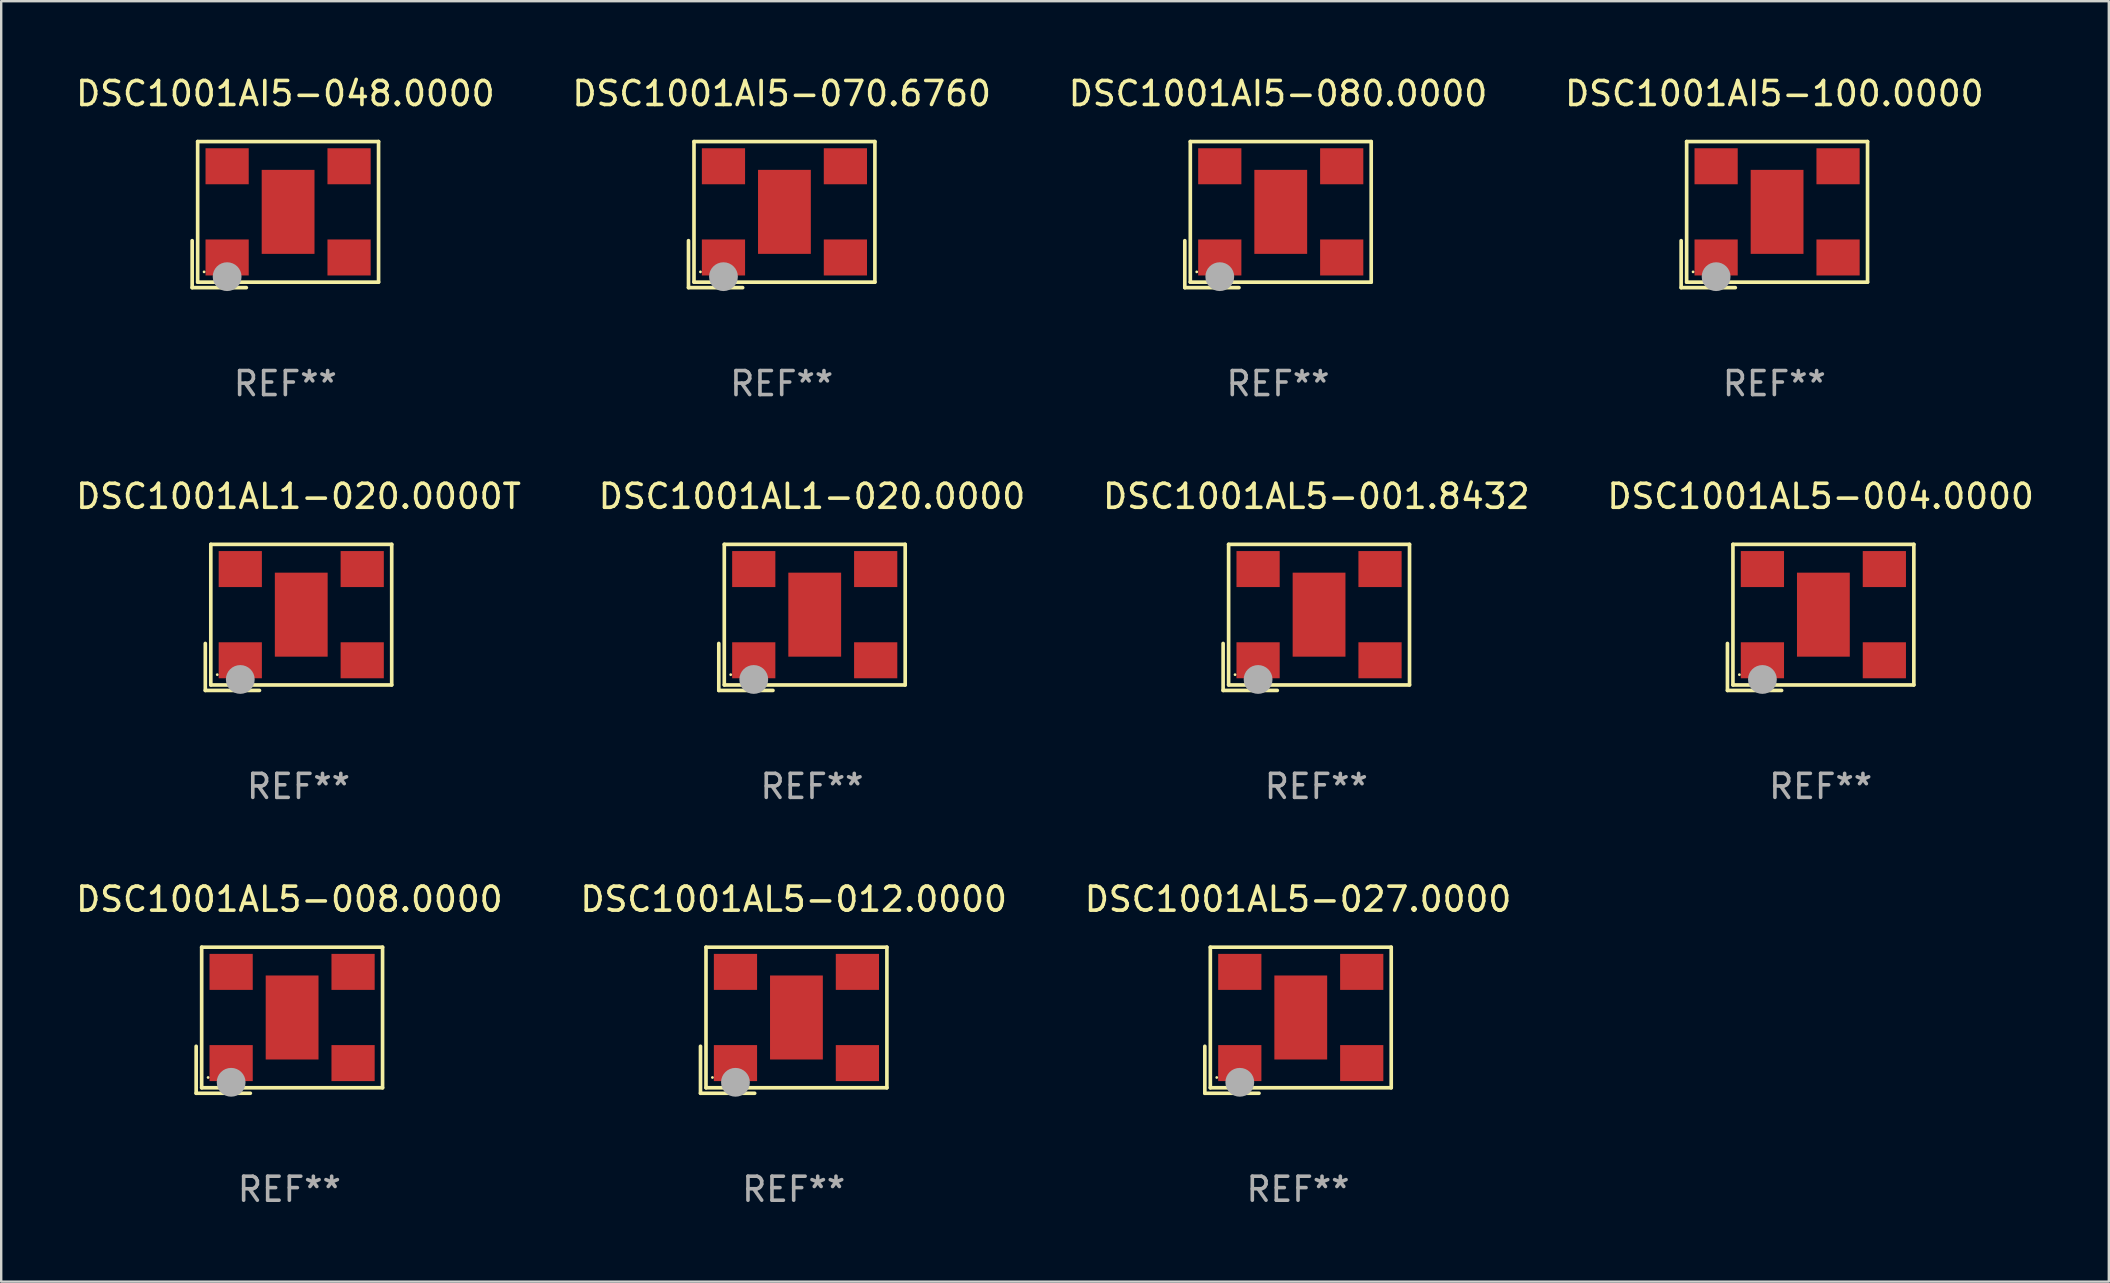
<source format=kicad_pcb>
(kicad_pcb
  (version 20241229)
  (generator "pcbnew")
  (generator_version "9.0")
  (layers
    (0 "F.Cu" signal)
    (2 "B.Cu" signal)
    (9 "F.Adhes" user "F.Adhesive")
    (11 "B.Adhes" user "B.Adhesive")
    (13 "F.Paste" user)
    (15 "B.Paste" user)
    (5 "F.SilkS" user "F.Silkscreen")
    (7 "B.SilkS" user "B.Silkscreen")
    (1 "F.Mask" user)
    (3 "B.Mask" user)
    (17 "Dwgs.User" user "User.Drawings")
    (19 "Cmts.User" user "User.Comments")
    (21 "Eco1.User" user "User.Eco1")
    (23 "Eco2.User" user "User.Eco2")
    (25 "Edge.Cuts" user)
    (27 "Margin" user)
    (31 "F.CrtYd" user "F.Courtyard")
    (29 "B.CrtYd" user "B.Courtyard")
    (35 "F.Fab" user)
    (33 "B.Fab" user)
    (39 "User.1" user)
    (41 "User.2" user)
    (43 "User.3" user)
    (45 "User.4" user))
  (footprint "DSC1001AI5-080.0000"
    (layer "F.Cu")
    (at 50.196 5.891)
    (property "Reference" "DSC1001AI5-080.0000" (at 0 -5.043 0) (layer "F.SilkS") (effects (font (size 1 1) (thickness 0.15))))
    (attr through_hole)
    (fp_line (start -3.883 1.086) (end -3.883 3.043) (stroke (width 0.152) (type solid)) (layer "F.SilkS"))
    (fp_line (start -3.883 3.043) (end -1.626 3.043) (stroke (width 0.152) (type solid)) (layer "F.SilkS"))
    (fp_line (start -3.654 -3.043) (end 3.883 -3.043) (stroke (width 0.152) (type solid)) (layer "F.SilkS"))
    (fp_line (start -3.654 2.814) (end -3.654 -3.043) (stroke (width 0.152) (type solid)) (layer "F.SilkS"))
    (fp_line (start 3.883 -3.043) (end 3.883 2.814) (stroke (width 0.152) (type solid)) (layer "F.SilkS"))
    (fp_line (start 3.883 2.814) (end -3.654 2.814) (stroke (width 0.152) (type solid)) (layer "F.SilkS"))
    (fp_circle (center -3.386 2.386) (end -3.356 2.386) (stroke (width 0.06) (type solid)) (fill no) (layer "F.SilkS"))
    (fp_circle (center -2.426 2.586) (end -2.126 2.586) (stroke (width 0.6) (type solid)) (fill no) (layer "F.Fab"))
    (fp_text user "REF**" (at 0 7.043 0) (layer "F.Fab") (effects (font (size 1 1) (thickness 0.15))))
    (pad "1" smd rect (at -2.426 1.786) (size 1.8 1.5) (layers "F.Cu" "F.Mask" "F.Paste"))
    (pad "2" smd rect (at 2.654 1.786) (size 1.8 1.5) (layers "F.Cu" "F.Mask" "F.Paste"))
    (pad "3" smd rect (at 2.654 -2.014) (size 1.8 1.5) (layers "F.Cu" "F.Mask" "F.Paste"))
    (pad "4" smd rect (at -2.426 -2.014) (size 1.8 1.5) (layers "F.Cu" "F.Mask" "F.Paste"))
    (pad "5" smd rect (at 0.114 -0.114) (size 2.2 3.5) (layers "F.Cu" "F.Mask" "F.Paste")))
  (footprint "DSC1001AL1-020.0000T"
    (layer "F.Cu")
    (at 9.387 22.673)
    (property "Reference" "DSC1001AL1-020.0000T" (at 0 -5.043 0) (layer "F.SilkS") (effects (font (size 1 1) (thickness 0.15))))
    (attr through_hole)
    (fp_line (start -3.883 1.086) (end -3.883 3.043) (stroke (width 0.152) (type solid)) (layer "F.SilkS"))
    (fp_line (start -3.883 3.043) (end -1.626 3.043) (stroke (width 0.152) (type solid)) (layer "F.SilkS"))
    (fp_line (start -3.654 -3.043) (end 3.883 -3.043) (stroke (width 0.152) (type solid)) (layer "F.SilkS"))
    (fp_line (start -3.654 2.814) (end -3.654 -3.043) (stroke (width 0.152) (type solid)) (layer "F.SilkS"))
    (fp_line (start 3.883 -3.043) (end 3.883 2.814) (stroke (width 0.152) (type solid)) (layer "F.SilkS"))
    (fp_line (start 3.883 2.814) (end -3.654 2.814) (stroke (width 0.152) (type solid)) (layer "F.SilkS"))
    (fp_circle (center -3.386 2.386) (end -3.356 2.386) (stroke (width 0.06) (type solid)) (fill no) (layer "F.SilkS"))
    (fp_circle (center -2.426 2.586) (end -2.126 2.586) (stroke (width 0.6) (type solid)) (fill no) (layer "F.Fab"))
    (fp_text user "REF**" (at 0 7.043 0) (layer "F.Fab") (effects (font (size 1 1) (thickness 0.15))))
    (pad "1" smd rect (at -2.426 1.786) (size 1.8 1.5) (layers "F.Cu" "F.Mask" "F.Paste"))
    (pad "2" smd rect (at 2.654 1.786) (size 1.8 1.5) (layers "F.Cu" "F.Mask" "F.Paste"))
    (pad "3" smd rect (at 2.654 -2.014) (size 1.8 1.5) (layers "F.Cu" "F.Mask" "F.Paste"))
    (pad "4" smd rect (at -2.426 -2.014) (size 1.8 1.5) (layers "F.Cu" "F.Mask" "F.Paste"))
    (pad "5" smd rect (at 0.114 -0.114) (size 2.2 3.5) (layers "F.Cu" "F.Mask" "F.Paste")))
  (footprint "DSC1001AL5-027.0000"
    (layer "F.Cu")
    (at 51.03 39.456)
    (property "Reference" "DSC1001AL5-027.0000" (at 0 -5.043 0) (layer "F.SilkS") (effects (font (size 1 1) (thickness 0.15))))
    (attr through_hole)
    (fp_line (start -3.883 1.086) (end -3.883 3.043) (stroke (width 0.152) (type solid)) (layer "F.SilkS"))
    (fp_line (start -3.883 3.043) (end -1.626 3.043) (stroke (width 0.152) (type solid)) (layer "F.SilkS"))
    (fp_line (start -3.654 -3.043) (end 3.883 -3.043) (stroke (width 0.152) (type solid)) (layer "F.SilkS"))
    (fp_line (start -3.654 2.814) (end -3.654 -3.043) (stroke (width 0.152) (type solid)) (layer "F.SilkS"))
    (fp_line (start 3.883 -3.043) (end 3.883 2.814) (stroke (width 0.152) (type solid)) (layer "F.SilkS"))
    (fp_line (start 3.883 2.814) (end -3.654 2.814) (stroke (width 0.152) (type solid)) (layer "F.SilkS"))
    (fp_circle (center -3.386 2.386) (end -3.356 2.386) (stroke (width 0.06) (type solid)) (fill no) (layer "F.SilkS"))
    (fp_circle (center -2.426 2.586) (end -2.126 2.586) (stroke (width 0.6) (type solid)) (fill no) (layer "F.Fab"))
    (fp_text user "REF**" (at 0 7.043 0) (layer "F.Fab") (effects (font (size 1 1) (thickness 0.15))))
    (pad "1" smd rect (at -2.426 1.786) (size 1.8 1.5) (layers "F.Cu" "F.Mask" "F.Paste"))
    (pad "2" smd rect (at 2.654 1.786) (size 1.8 1.5) (layers "F.Cu" "F.Mask" "F.Paste"))
    (pad "3" smd rect (at 2.654 -2.014) (size 1.8 1.5) (layers "F.Cu" "F.Mask" "F.Paste"))
    (pad "4" smd rect (at -2.426 -2.014) (size 1.8 1.5) (layers "F.Cu" "F.Mask" "F.Paste"))
    (pad "5" smd rect (at 0.114 -0.114) (size 2.2 3.5) (layers "F.Cu" "F.Mask" "F.Paste")))
  (footprint "DSC1001AL5-004.0000"
    (layer "F.Cu")
    (at 72.804 22.673)
    (property "Reference" "DSC1001AL5-004.0000" (at 0 -5.043 0) (layer "F.SilkS") (effects (font (size 1 1) (thickness 0.15))))
    (attr through_hole)
    (fp_line (start -3.883 1.086) (end -3.883 3.043) (stroke (width 0.152) (type solid)) (layer "F.SilkS"))
    (fp_line (start -3.883 3.043) (end -1.626 3.043) (stroke (width 0.152) (type solid)) (layer "F.SilkS"))
    (fp_line (start -3.654 -3.043) (end 3.883 -3.043) (stroke (width 0.152) (type solid)) (layer "F.SilkS"))
    (fp_line (start -3.654 2.814) (end -3.654 -3.043) (stroke (width 0.152) (type solid)) (layer "F.SilkS"))
    (fp_line (start 3.883 -3.043) (end 3.883 2.814) (stroke (width 0.152) (type solid)) (layer "F.SilkS"))
    (fp_line (start 3.883 2.814) (end -3.654 2.814) (stroke (width 0.152) (type solid)) (layer "F.SilkS"))
    (fp_circle (center -3.386 2.386) (end -3.356 2.386) (stroke (width 0.06) (type solid)) (fill no) (layer "F.SilkS"))
    (fp_circle (center -2.426 2.586) (end -2.126 2.586) (stroke (width 0.6) (type solid)) (fill no) (layer "F.Fab"))
    (fp_text user "REF**" (at 0 7.043 0) (layer "F.Fab") (effects (font (size 1 1) (thickness 0.15))))
    (pad "1" smd rect (at -2.426 1.786) (size 1.8 1.5) (layers "F.Cu" "F.Mask" "F.Paste"))
    (pad "2" smd rect (at 2.654 1.786) (size 1.8 1.5) (layers "F.Cu" "F.Mask" "F.Paste"))
    (pad "3" smd rect (at 2.654 -2.014) (size 1.8 1.5) (layers "F.Cu" "F.Mask" "F.Paste"))
    (pad "4" smd rect (at -2.426 -2.014) (size 1.8 1.5) (layers "F.Cu" "F.Mask" "F.Paste"))
    (pad "5" smd rect (at 0.114 -0.114) (size 2.2 3.5) (layers "F.Cu" "F.Mask" "F.Paste")))
  (footprint "DSC1001AI5-100.0000"
    (layer "F.Cu")
    (at 70.875 5.891)
    (property "Reference" "DSC1001AI5-100.0000" (at 0 -5.043 0) (layer "F.SilkS") (effects (font (size 1 1) (thickness 0.15))))
    (attr through_hole)
    (fp_line (start -3.883 1.086) (end -3.883 3.043) (stroke (width 0.152) (type solid)) (layer "F.SilkS"))
    (fp_line (start -3.883 3.043) (end -1.626 3.043) (stroke (width 0.152) (type solid)) (layer "F.SilkS"))
    (fp_line (start -3.654 -3.043) (end 3.883 -3.043) (stroke (width 0.152) (type solid)) (layer "F.SilkS"))
    (fp_line (start -3.654 2.814) (end -3.654 -3.043) (stroke (width 0.152) (type solid)) (layer "F.SilkS"))
    (fp_line (start 3.883 -3.043) (end 3.883 2.814) (stroke (width 0.152) (type solid)) (layer "F.SilkS"))
    (fp_line (start 3.883 2.814) (end -3.654 2.814) (stroke (width 0.152) (type solid)) (layer "F.SilkS"))
    (fp_circle (center -3.386 2.386) (end -3.356 2.386) (stroke (width 0.06) (type solid)) (fill no) (layer "F.SilkS"))
    (fp_circle (center -2.426 2.586) (end -2.126 2.586) (stroke (width 0.6) (type solid)) (fill no) (layer "F.Fab"))
    (fp_text user "REF**" (at 0 7.043 0) (layer "F.Fab") (effects (font (size 1 1) (thickness 0.15))))
    (pad "1" smd rect (at -2.426 1.786) (size 1.8 1.5) (layers "F.Cu" "F.Mask" "F.Paste"))
    (pad "2" smd rect (at 2.654 1.786) (size 1.8 1.5) (layers "F.Cu" "F.Mask" "F.Paste"))
    (pad "3" smd rect (at 2.654 -2.014) (size 1.8 1.5) (layers "F.Cu" "F.Mask" "F.Paste"))
    (pad "4" smd rect (at -2.426 -2.014) (size 1.8 1.5) (layers "F.Cu" "F.Mask" "F.Paste"))
    (pad "5" smd rect (at 0.114 -0.114) (size 2.2 3.5) (layers "F.Cu" "F.Mask" "F.Paste")))
  (footprint "DSC1001AL5-001.8432"
    (layer "F.Cu")
    (at 51.792 22.673)
    (property "Reference" "DSC1001AL5-001.8432" (at 0 -5.043 0) (layer "F.SilkS") (effects (font (size 1 1) (thickness 0.15))))
    (attr through_hole)
    (fp_line (start -3.883 1.086) (end -3.883 3.043) (stroke (width 0.152) (type solid)) (layer "F.SilkS"))
    (fp_line (start -3.883 3.043) (end -1.626 3.043) (stroke (width 0.152) (type solid)) (layer "F.SilkS"))
    (fp_line (start -3.654 -3.043) (end 3.883 -3.043) (stroke (width 0.152) (type solid)) (layer "F.SilkS"))
    (fp_line (start -3.654 2.814) (end -3.654 -3.043) (stroke (width 0.152) (type solid)) (layer "F.SilkS"))
    (fp_line (start 3.883 -3.043) (end 3.883 2.814) (stroke (width 0.152) (type solid)) (layer "F.SilkS"))
    (fp_line (start 3.883 2.814) (end -3.654 2.814) (stroke (width 0.152) (type solid)) (layer "F.SilkS"))
    (fp_circle (center -3.386 2.386) (end -3.356 2.386) (stroke (width 0.06) (type solid)) (fill no) (layer "F.SilkS"))
    (fp_circle (center -2.426 2.586) (end -2.126 2.586) (stroke (width 0.6) (type solid)) (fill no) (layer "F.Fab"))
    (fp_text user "REF**" (at 0 7.043 0) (layer "F.Fab") (effects (font (size 1 1) (thickness 0.15))))
    (pad "1" smd rect (at -2.426 1.786) (size 1.8 1.5) (layers "F.Cu" "F.Mask" "F.Paste"))
    (pad "2" smd rect (at 2.654 1.786) (size 1.8 1.5) (layers "F.Cu" "F.Mask" "F.Paste"))
    (pad "3" smd rect (at 2.654 -2.014) (size 1.8 1.5) (layers "F.Cu" "F.Mask" "F.Paste"))
    (pad "4" smd rect (at -2.426 -2.014) (size 1.8 1.5) (layers "F.Cu" "F.Mask" "F.Paste"))
    (pad "5" smd rect (at 0.114 -0.114) (size 2.2 3.5) (layers "F.Cu" "F.Mask" "F.Paste")))
  (footprint "DSC1001AI5-070.6760"
    (layer "F.Cu")
    (at 29.518 5.891)
    (property "Reference" "DSC1001AI5-070.6760" (at 0 -5.043 0) (layer "F.SilkS") (effects (font (size 1 1) (thickness 0.15))))
    (attr through_hole)
    (fp_line (start -3.883 1.086) (end -3.883 3.043) (stroke (width 0.152) (type solid)) (layer "F.SilkS"))
    (fp_line (start -3.883 3.043) (end -1.626 3.043) (stroke (width 0.152) (type solid)) (layer "F.SilkS"))
    (fp_line (start -3.654 -3.043) (end 3.883 -3.043) (stroke (width 0.152) (type solid)) (layer "F.SilkS"))
    (fp_line (start -3.654 2.814) (end -3.654 -3.043) (stroke (width 0.152) (type solid)) (layer "F.SilkS"))
    (fp_line (start 3.883 -3.043) (end 3.883 2.814) (stroke (width 0.152) (type solid)) (layer "F.SilkS"))
    (fp_line (start 3.883 2.814) (end -3.654 2.814) (stroke (width 0.152) (type solid)) (layer "F.SilkS"))
    (fp_circle (center -3.386 2.386) (end -3.356 2.386) (stroke (width 0.06) (type solid)) (fill no) (layer "F.SilkS"))
    (fp_circle (center -2.426 2.586) (end -2.126 2.586) (stroke (width 0.6) (type solid)) (fill no) (layer "F.Fab"))
    (fp_text user "REF**" (at 0 7.043 0) (layer "F.Fab") (effects (font (size 1 1) (thickness 0.15))))
    (pad "1" smd rect (at -2.426 1.786) (size 1.8 1.5) (layers "F.Cu" "F.Mask" "F.Paste"))
    (pad "2" smd rect (at 2.654 1.786) (size 1.8 1.5) (layers "F.Cu" "F.Mask" "F.Paste"))
    (pad "3" smd rect (at 2.654 -2.014) (size 1.8 1.5) (layers "F.Cu" "F.Mask" "F.Paste"))
    (pad "4" smd rect (at -2.426 -2.014) (size 1.8 1.5) (layers "F.Cu" "F.Mask" "F.Paste"))
    (pad "5" smd rect (at 0.114 -0.114) (size 2.2 3.5) (layers "F.Cu" "F.Mask" "F.Paste")))
  (footprint "DSC1001AL1-020.0000"
    (layer "F.Cu")
    (at 30.78 22.673)
    (property "Reference" "DSC1001AL1-020.0000" (at 0 -5.043 0) (layer "F.SilkS") (effects (font (size 1 1) (thickness 0.15))))
    (attr through_hole)
    (fp_line (start -3.883 1.086) (end -3.883 3.043) (stroke (width 0.152) (type solid)) (layer "F.SilkS"))
    (fp_line (start -3.883 3.043) (end -1.626 3.043) (stroke (width 0.152) (type solid)) (layer "F.SilkS"))
    (fp_line (start -3.654 -3.043) (end 3.883 -3.043) (stroke (width 0.152) (type solid)) (layer "F.SilkS"))
    (fp_line (start -3.654 2.814) (end -3.654 -3.043) (stroke (width 0.152) (type solid)) (layer "F.SilkS"))
    (fp_line (start 3.883 -3.043) (end 3.883 2.814) (stroke (width 0.152) (type solid)) (layer "F.SilkS"))
    (fp_line (start 3.883 2.814) (end -3.654 2.814) (stroke (width 0.152) (type solid)) (layer "F.SilkS"))
    (fp_circle (center -3.386 2.386) (end -3.356 2.386) (stroke (width 0.06) (type solid)) (fill no) (layer "F.SilkS"))
    (fp_circle (center -2.426 2.586) (end -2.126 2.586) (stroke (width 0.6) (type solid)) (fill no) (layer "F.Fab"))
    (fp_text user "REF**" (at 0 7.043 0) (layer "F.Fab") (effects (font (size 1 1) (thickness 0.15))))
    (pad "1" smd rect (at -2.426 1.786) (size 1.8 1.5) (layers "F.Cu" "F.Mask" "F.Paste"))
    (pad "2" smd rect (at 2.654 1.786) (size 1.8 1.5) (layers "F.Cu" "F.Mask" "F.Paste"))
    (pad "3" smd rect (at 2.654 -2.014) (size 1.8 1.5) (layers "F.Cu" "F.Mask" "F.Paste"))
    (pad "4" smd rect (at -2.426 -2.014) (size 1.8 1.5) (layers "F.Cu" "F.Mask" "F.Paste"))
    (pad "5" smd rect (at 0.114 -0.114) (size 2.2 3.5) (layers "F.Cu" "F.Mask" "F.Paste")))
  (footprint "DSC1001AL5-012.0000"
    (layer "F.Cu")
    (at 30.018 39.456)
    (property "Reference" "DSC1001AL5-012.0000" (at 0 -5.043 0) (layer "F.SilkS") (effects (font (size 1 1) (thickness 0.15))))
    (attr through_hole)
    (fp_line (start -3.883 1.086) (end -3.883 3.043) (stroke (width 0.152) (type solid)) (layer "F.SilkS"))
    (fp_line (start -3.883 3.043) (end -1.626 3.043) (stroke (width 0.152) (type solid)) (layer "F.SilkS"))
    (fp_line (start -3.654 -3.043) (end 3.883 -3.043) (stroke (width 0.152) (type solid)) (layer "F.SilkS"))
    (fp_line (start -3.654 2.814) (end -3.654 -3.043) (stroke (width 0.152) (type solid)) (layer "F.SilkS"))
    (fp_line (start 3.883 -3.043) (end 3.883 2.814) (stroke (width 0.152) (type solid)) (layer "F.SilkS"))
    (fp_line (start 3.883 2.814) (end -3.654 2.814) (stroke (width 0.152) (type solid)) (layer "F.SilkS"))
    (fp_circle (center -3.386 2.386) (end -3.356 2.386) (stroke (width 0.06) (type solid)) (fill no) (layer "F.SilkS"))
    (fp_circle (center -2.426 2.586) (end -2.126 2.586) (stroke (width 0.6) (type solid)) (fill no) (layer "F.Fab"))
    (fp_text user "REF**" (at 0 7.043 0) (layer "F.Fab") (effects (font (size 1 1) (thickness 0.15))))
    (pad "1" smd rect (at -2.426 1.786) (size 1.8 1.5) (layers "F.Cu" "F.Mask" "F.Paste"))
    (pad "2" smd rect (at 2.654 1.786) (size 1.8 1.5) (layers "F.Cu" "F.Mask" "F.Paste"))
    (pad "3" smd rect (at 2.654 -2.014) (size 1.8 1.5) (layers "F.Cu" "F.Mask" "F.Paste"))
    (pad "4" smd rect (at -2.426 -2.014) (size 1.8 1.5) (layers "F.Cu" "F.Mask" "F.Paste"))
    (pad "5" smd rect (at 0.114 -0.114) (size 2.2 3.5) (layers "F.Cu" "F.Mask" "F.Paste")))
  (footprint "DSC1001AL5-008.0000"
    (layer "F.Cu")
    (at 9.006 39.456)
    (property "Reference" "DSC1001AL5-008.0000" (at 0 -5.043 0) (layer "F.SilkS") (effects (font (size 1 1) (thickness 0.15))))
    (attr through_hole)
    (fp_line (start -3.883 1.086) (end -3.883 3.043) (stroke (width 0.152) (type solid)) (layer "F.SilkS"))
    (fp_line (start -3.883 3.043) (end -1.626 3.043) (stroke (width 0.152) (type solid)) (layer "F.SilkS"))
    (fp_line (start -3.654 -3.043) (end 3.883 -3.043) (stroke (width 0.152) (type solid)) (layer "F.SilkS"))
    (fp_line (start -3.654 2.814) (end -3.654 -3.043) (stroke (width 0.152) (type solid)) (layer "F.SilkS"))
    (fp_line (start 3.883 -3.043) (end 3.883 2.814) (stroke (width 0.152) (type solid)) (layer "F.SilkS"))
    (fp_line (start 3.883 2.814) (end -3.654 2.814) (stroke (width 0.152) (type solid)) (layer "F.SilkS"))
    (fp_circle (center -3.386 2.386) (end -3.356 2.386) (stroke (width 0.06) (type solid)) (fill no) (layer "F.SilkS"))
    (fp_circle (center -2.426 2.586) (end -2.126 2.586) (stroke (width 0.6) (type solid)) (fill no) (layer "F.Fab"))
    (fp_text user "REF**" (at 0 7.043 0) (layer "F.Fab") (effects (font (size 1 1) (thickness 0.15))))
    (pad "1" smd rect (at -2.426 1.786) (size 1.8 1.5) (layers "F.Cu" "F.Mask" "F.Paste"))
    (pad "2" smd rect (at 2.654 1.786) (size 1.8 1.5) (layers "F.Cu" "F.Mask" "F.Paste"))
    (pad "3" smd rect (at 2.654 -2.014) (size 1.8 1.5) (layers "F.Cu" "F.Mask" "F.Paste"))
    (pad "4" smd rect (at -2.426 -2.014) (size 1.8 1.5) (layers "F.Cu" "F.Mask" "F.Paste"))
    (pad "5" smd rect (at 0.114 -0.114) (size 2.2 3.5) (layers "F.Cu" "F.Mask" "F.Paste")))
  (footprint "DSC1001AI5-048.0000"
    (layer "F.Cu")
    (at 8.839 5.891)
    (property "Reference" "DSC1001AI5-048.0000" (at 0 -5.043 0) (layer "F.SilkS") (effects (font (size 1 1) (thickness 0.15))))
    (attr through_hole)
    (fp_line (start -3.883 1.086) (end -3.883 3.043) (stroke (width 0.152) (type solid)) (layer "F.SilkS"))
    (fp_line (start -3.883 3.043) (end -1.626 3.043) (stroke (width 0.152) (type solid)) (layer "F.SilkS"))
    (fp_line (start -3.654 -3.043) (end 3.883 -3.043) (stroke (width 0.152) (type solid)) (layer "F.SilkS"))
    (fp_line (start -3.654 2.814) (end -3.654 -3.043) (stroke (width 0.152) (type solid)) (layer "F.SilkS"))
    (fp_line (start 3.883 -3.043) (end 3.883 2.814) (stroke (width 0.152) (type solid)) (layer "F.SilkS"))
    (fp_line (start 3.883 2.814) (end -3.654 2.814) (stroke (width 0.152) (type solid)) (layer "F.SilkS"))
    (fp_circle (center -3.386 2.386) (end -3.356 2.386) (stroke (width 0.06) (type solid)) (fill no) (layer "F.SilkS"))
    (fp_circle (center -2.426 2.586) (end -2.126 2.586) (stroke (width 0.6) (type solid)) (fill no) (layer "F.Fab"))
    (fp_text user "REF**" (at 0 7.043 0) (layer "F.Fab") (effects (font (size 1 1) (thickness 0.15))))
    (pad "1" smd rect (at -2.426 1.786) (size 1.8 1.5) (layers "F.Cu" "F.Mask" "F.Paste"))
    (pad "2" smd rect (at 2.654 1.786) (size 1.8 1.5) (layers "F.Cu" "F.Mask" "F.Paste"))
    (pad "3" smd rect (at 2.654 -2.014) (size 1.8 1.5) (layers "F.Cu" "F.Mask" "F.Paste"))
    (pad "4" smd rect (at -2.426 -2.014) (size 1.8 1.5) (layers "F.Cu" "F.Mask" "F.Paste"))
    (pad "5" smd rect (at 0.114 -0.114) (size 2.2 3.5) (layers "F.Cu" "F.Mask" "F.Paste")))
  (gr_rect
    (start -3 -3)
    (end 84.81 50.347)
    (stroke (width 0.1) (type default))
    (fill no)
    (layer "Edge.Cuts")))
</source>
